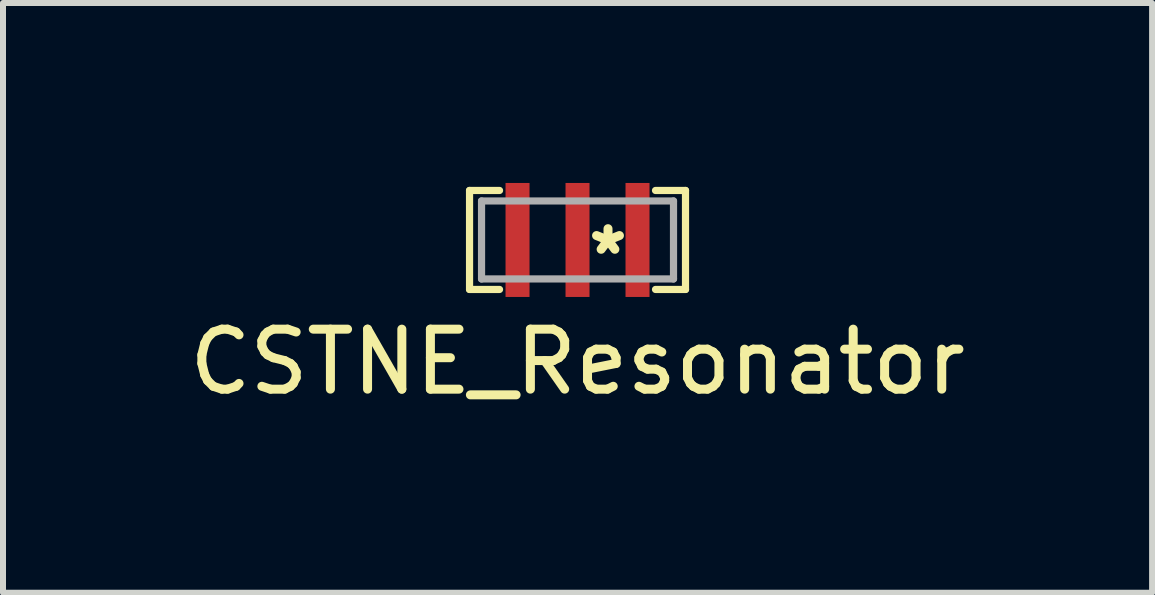
<source format=kicad_pcb>
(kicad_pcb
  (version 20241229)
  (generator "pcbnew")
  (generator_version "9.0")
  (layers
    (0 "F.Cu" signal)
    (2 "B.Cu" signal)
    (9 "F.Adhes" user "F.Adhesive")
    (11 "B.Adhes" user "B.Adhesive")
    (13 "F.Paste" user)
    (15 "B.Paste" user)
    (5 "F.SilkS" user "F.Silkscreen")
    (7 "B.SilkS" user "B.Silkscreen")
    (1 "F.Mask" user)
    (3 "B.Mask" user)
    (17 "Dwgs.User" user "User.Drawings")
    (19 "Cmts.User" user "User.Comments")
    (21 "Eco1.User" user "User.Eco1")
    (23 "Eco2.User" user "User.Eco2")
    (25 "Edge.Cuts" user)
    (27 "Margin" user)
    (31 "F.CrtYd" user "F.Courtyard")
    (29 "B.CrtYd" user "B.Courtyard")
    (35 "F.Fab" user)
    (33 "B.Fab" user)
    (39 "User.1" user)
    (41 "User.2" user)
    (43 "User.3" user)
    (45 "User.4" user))
  (footprint "CSTNE_Resonator"
    (layer "F.Cu")
    (at 6.577 0.95)
    (property "Reference" "CSTNE_Resonator" (at 0 2.032 0) (layer "F.SilkS") (effects (font (size 1 1) (thickness 0.15))))
    (attr smd)
    (fp_line (start -1.8 -0.825) (end -1.3 -0.825) (stroke (width 0.12) (type solid)) (layer "F.SilkS"))
    (fp_line (start -1.8 0.825) (end -1.8 -0.825) (stroke (width 0.12) (type solid)) (layer "F.SilkS"))
    (fp_line (start -1.8 0.825) (end -1.3 0.825) (stroke (width 0.12) (type solid)) (layer "F.SilkS"))
    (fp_line (start 1.8 -0.825) (end 1.3 -0.825) (stroke (width 0.12) (type solid)) (layer "F.SilkS"))
    (fp_line (start 1.8 -0.825) (end 1.8 0.825) (stroke (width 0.12) (type solid)) (layer "F.SilkS"))
    (fp_line (start 1.8 0.825) (end 1.3 0.825) (stroke (width 0.12) (type solid)) (layer "F.SilkS"))
    (fp_line (start -1.6 -0.65) (end 1.6 -0.65) (stroke (width 0.12) (type solid)) (layer "F.Fab"))
    (fp_line (start -1.6 0.65) (end -1.6 -0.65) (stroke (width 0.12) (type solid)) (layer "F.Fab"))
    (fp_line (start 1.6 -0.65) (end 1.6 0.65) (stroke (width 0.12) (type solid)) (layer "F.Fab"))
    (fp_line (start 1.6 0.65) (end -1.6 0.65) (stroke (width 0.12) (type solid)) (layer "F.Fab"))
    (fp_text user "*" (at 0.508 0.25 0) (layer "F.SilkS") (effects (font (size 0.8 0.8) (thickness 0.15))))
    (pad "1" smd rect (at 1 0) (size 0.4 1.9) (layers "F.Cu" "F.Mask" "F.Paste"))
    (pad "2" smd rect (at 0 0) (size 0.4 1.9) (layers "F.Cu" "F.Mask" "F.Paste"))
    (pad "3" smd rect (at -1 0) (size 0.4 1.9) (layers "F.Cu" "F.Mask" "F.Paste")))
  (gr_rect
    (start -3 -3)
    (end 16.155 6.83)
    (stroke (width 0.1) (type default))
    (fill no)
    (layer "Edge.Cuts")))
</source>
